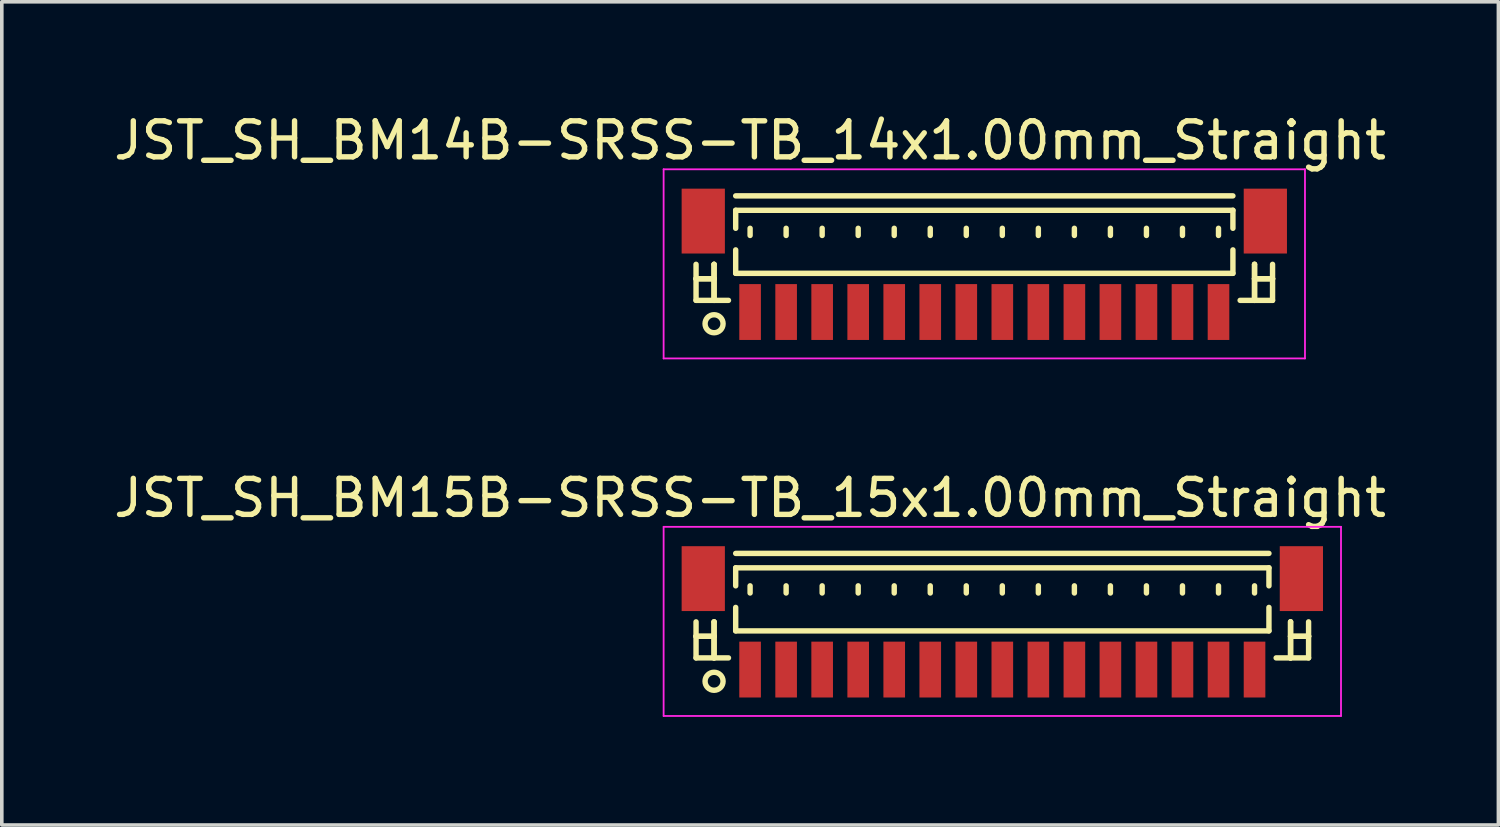
<source format=kicad_pcb>
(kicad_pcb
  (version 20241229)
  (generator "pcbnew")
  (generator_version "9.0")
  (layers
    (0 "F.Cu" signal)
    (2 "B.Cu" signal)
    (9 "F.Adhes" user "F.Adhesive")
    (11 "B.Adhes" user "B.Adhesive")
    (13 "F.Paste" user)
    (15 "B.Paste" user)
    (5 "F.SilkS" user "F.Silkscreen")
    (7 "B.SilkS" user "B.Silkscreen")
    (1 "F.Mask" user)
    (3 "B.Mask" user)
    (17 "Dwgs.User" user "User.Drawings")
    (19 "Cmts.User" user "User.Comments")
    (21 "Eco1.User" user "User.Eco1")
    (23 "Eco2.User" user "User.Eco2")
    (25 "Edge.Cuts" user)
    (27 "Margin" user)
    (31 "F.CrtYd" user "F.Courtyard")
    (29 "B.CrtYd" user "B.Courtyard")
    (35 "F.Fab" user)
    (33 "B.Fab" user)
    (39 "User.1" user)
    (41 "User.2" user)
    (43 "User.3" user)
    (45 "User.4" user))
  (footprint "JST_SH_BM15B-SRSS-TB_15x1.00mm_Straight"
    (layer "F.Cu")
    (at 24.768 14.271)
    (property "Reference" "JST_SH_BM15B-SRSS-TB_15x1.00mm_Straight" (at -7 -3.5 0) (layer "F.SilkS") (effects (font (size 1 1) (thickness 0.15))))
    (attr smd)
    (fp_line (start -8.5 -0.062) (end -8.5 0.938) (stroke (width 0.15) (type solid)) (layer "F.SilkS"))
    (fp_line (start -8.5 0.338) (end -8.5 0.338) (stroke (width 0.15) (type solid)) (layer "F.SilkS"))
    (fp_line (start -8.5 0.338) (end -8 0.338) (stroke (width 0.15) (type solid)) (layer "F.SilkS"))
    (fp_line (start -8.5 0.938) (end -7.6 0.938) (stroke (width 0.15) (type solid)) (layer "F.SilkS"))
    (fp_line (start -8 -0.062) (end -8 -0.062) (stroke (width 0.15) (type solid)) (layer "F.SilkS"))
    (fp_line (start -8 -0.062) (end -8 0.938) (stroke (width 0.15) (type solid)) (layer "F.SilkS"))
    (fp_line (start -8 0.338) (end -8.5 0.338) (stroke (width 0.15) (type solid)) (layer "F.SilkS"))
    (fp_line (start -8 0.338) (end -8 0.338) (stroke (width 0.15) (type solid)) (layer "F.SilkS"))
    (fp_line (start -8 0.938) (end -8 -0.062) (stroke (width 0.15) (type solid)) (layer "F.SilkS"))
    (fp_line (start -8 0.938) (end -8 0.938) (stroke (width 0.15) (type solid)) (layer "F.SilkS"))
    (fp_line (start -7.4 -1.962) (end 7.4 -1.962) (stroke (width 0.15) (type solid)) (layer "F.SilkS"))
    (fp_line (start -7.4 -1.562) (end 7.4 -1.562) (stroke (width 0.15) (type solid)) (layer "F.SilkS"))
    (fp_line (start -7.4 -1.062) (end -7.4 -1.562) (stroke (width 0.15) (type solid)) (layer "F.SilkS"))
    (fp_line (start -7.4 -0.463) (end -7.4 0.188) (stroke (width 0.15) (type solid)) (layer "F.SilkS"))
    (fp_line (start -7.4 0.188) (end 7.4 0.188) (stroke (width 0.15) (type solid)) (layer "F.SilkS"))
    (fp_line (start -7 -1.062) (end -7 -0.863) (stroke (width 0.15) (type solid)) (layer "F.SilkS"))
    (fp_line (start -6 -1.062) (end -6 -0.863) (stroke (width 0.15) (type solid)) (layer "F.SilkS"))
    (fp_line (start -5 -1.062) (end -5 -0.863) (stroke (width 0.15) (type solid)) (layer "F.SilkS"))
    (fp_line (start -4 -1.062) (end -4 -0.863) (stroke (width 0.15) (type solid)) (layer "F.SilkS"))
    (fp_line (start -3 -1.062) (end -3 -0.863) (stroke (width 0.15) (type solid)) (layer "F.SilkS"))
    (fp_line (start -2 -1.062) (end -2 -0.863) (stroke (width 0.15) (type solid)) (layer "F.SilkS"))
    (fp_line (start -1 -1.062) (end -1 -0.863) (stroke (width 0.15) (type solid)) (layer "F.SilkS"))
    (fp_line (start 0 -1.062) (end 0 -0.863) (stroke (width 0.15) (type solid)) (layer "F.SilkS"))
    (fp_line (start 1 -1.062) (end 1 -0.863) (stroke (width 0.15) (type solid)) (layer "F.SilkS"))
    (fp_line (start 2 -1.062) (end 2 -0.863) (stroke (width 0.15) (type solid)) (layer "F.SilkS"))
    (fp_line (start 3 -1.062) (end 3 -0.863) (stroke (width 0.15) (type solid)) (layer "F.SilkS"))
    (fp_line (start 4 -1.062) (end 4 -0.863) (stroke (width 0.15) (type solid)) (layer "F.SilkS"))
    (fp_line (start 5 -1.062) (end 5 -0.863) (stroke (width 0.15) (type solid)) (layer "F.SilkS"))
    (fp_line (start 6 -1.062) (end 6 -0.863) (stroke (width 0.15) (type solid)) (layer "F.SilkS"))
    (fp_line (start 7 -1.062) (end 7 -0.863) (stroke (width 0.15) (type solid)) (layer "F.SilkS"))
    (fp_line (start 7.4 -1.562) (end 7.4 -1.062) (stroke (width 0.15) (type solid)) (layer "F.SilkS"))
    (fp_line (start 7.4 0.188) (end 7.4 -0.463) (stroke (width 0.15) (type solid)) (layer "F.SilkS"))
    (fp_line (start 8 -0.062) (end 8 -0.062) (stroke (width 0.15) (type solid)) (layer "F.SilkS"))
    (fp_line (start 8 -0.062) (end 8 0.938) (stroke (width 0.15) (type solid)) (layer "F.SilkS"))
    (fp_line (start 8 0.338) (end 8 0.338) (stroke (width 0.15) (type solid)) (layer "F.SilkS"))
    (fp_line (start 8 0.338) (end 8.5 0.338) (stroke (width 0.15) (type solid)) (layer "F.SilkS"))
    (fp_line (start 8 0.938) (end 8 -0.062) (stroke (width 0.15) (type solid)) (layer "F.SilkS"))
    (fp_line (start 8 0.938) (end 8 0.938) (stroke (width 0.15) (type solid)) (layer "F.SilkS"))
    (fp_line (start 8.5 -0.062) (end 8.5 0.938) (stroke (width 0.15) (type solid)) (layer "F.SilkS"))
    (fp_line (start 8.5 0.338) (end 8 0.338) (stroke (width 0.15) (type solid)) (layer "F.SilkS"))
    (fp_line (start 8.5 0.338) (end 8.5 0.338) (stroke (width 0.15) (type solid)) (layer "F.SilkS"))
    (fp_line (start 8.5 0.938) (end 7.6 0.938) (stroke (width 0.15) (type solid)) (layer "F.SilkS"))
    (fp_circle (center -8 1.587) (end -7.75 1.587) (stroke (width 0.15) (type solid)) (fill no) (layer "F.SilkS"))
    (fp_line (start -9.4 -2.7) (end 9.4 -2.7) (stroke (width 0.05) (type solid)) (layer "F.CrtYd"))
    (fp_line (start -9.4 2.55) (end -9.4 -2.7) (stroke (width 0.05) (type solid)) (layer "F.CrtYd"))
    (fp_line (start 9.4 -2.7) (end 9.4 2.55) (stroke (width 0.05) (type solid)) (layer "F.CrtYd"))
    (fp_line (start 9.4 2.55) (end -9.4 2.55) (stroke (width 0.05) (type solid)) (layer "F.CrtYd"))
    (pad "" smd rect (at -8.3 -1.262) (size 1.2 1.8) (layers "F.Cu" "F.Mask" "F.Paste"))
    (pad "" smd rect (at 8.3 -1.262) (size 1.2 1.8) (layers "F.Cu" "F.Mask" "F.Paste"))
    (pad "1" smd rect (at -7 1.262) (size 0.6 1.55) (layers "F.Cu" "F.Mask" "F.Paste"))
    (pad "2" smd rect (at -6 1.262) (size 0.6 1.55) (layers "F.Cu" "F.Mask" "F.Paste"))
    (pad "3" smd rect (at -5 1.262) (size 0.6 1.55) (layers "F.Cu" "F.Mask" "F.Paste"))
    (pad "4" smd rect (at -4 1.262) (size 0.6 1.55) (layers "F.Cu" "F.Mask" "F.Paste"))
    (pad "5" smd rect (at -3 1.262) (size 0.6 1.55) (layers "F.Cu" "F.Mask" "F.Paste"))
    (pad "6" smd rect (at -2 1.262) (size 0.6 1.55) (layers "F.Cu" "F.Mask" "F.Paste"))
    (pad "7" smd rect (at -1 1.262) (size 0.6 1.55) (layers "F.Cu" "F.Mask" "F.Paste"))
    (pad "8" smd rect (at 0 1.262) (size 0.6 1.55) (layers "F.Cu" "F.Mask" "F.Paste"))
    (pad "9" smd rect (at 1 1.262) (size 0.6 1.55) (layers "F.Cu" "F.Mask" "F.Paste"))
    (pad "10" smd rect (at 2 1.262) (size 0.6 1.55) (layers "F.Cu" "F.Mask" "F.Paste"))
    (pad "11" smd rect (at 3 1.262) (size 0.6 1.55) (layers "F.Cu" "F.Mask" "F.Paste"))
    (pad "12" smd rect (at 4 1.262) (size 0.6 1.55) (layers "F.Cu" "F.Mask" "F.Paste"))
    (pad "13" smd rect (at 5 1.262) (size 0.6 1.55) (layers "F.Cu" "F.Mask" "F.Paste"))
    (pad "14" smd rect (at 6 1.262) (size 0.6 1.55) (layers "F.Cu" "F.Mask" "F.Paste"))
    (pad "15" smd rect (at 7 1.262) (size 0.6 1.55) (layers "F.Cu" "F.Mask" "F.Paste")))
  (footprint "JST_SH_BM14B-SRSS-TB_14x1.00mm_Straight"
    (layer "F.Cu")
    (at 24.268 4.348)
    (property "Reference" "JST_SH_BM14B-SRSS-TB_14x1.00mm_Straight" (at -6.5 -3.5 0) (layer "F.SilkS") (effects (font (size 1 1) (thickness 0.15))))
    (attr smd)
    (fp_line (start -8 -0.062) (end -8 0.938) (stroke (width 0.15) (type solid)) (layer "F.SilkS"))
    (fp_line (start -8 0.338) (end -8 0.338) (stroke (width 0.15) (type solid)) (layer "F.SilkS"))
    (fp_line (start -8 0.338) (end -7.5 0.338) (stroke (width 0.15) (type solid)) (layer "F.SilkS"))
    (fp_line (start -8 0.938) (end -7.1 0.938) (stroke (width 0.15) (type solid)) (layer "F.SilkS"))
    (fp_line (start -7.5 -0.062) (end -7.5 -0.062) (stroke (width 0.15) (type solid)) (layer "F.SilkS"))
    (fp_line (start -7.5 -0.062) (end -7.5 0.938) (stroke (width 0.15) (type solid)) (layer "F.SilkS"))
    (fp_line (start -7.5 0.338) (end -8 0.338) (stroke (width 0.15) (type solid)) (layer "F.SilkS"))
    (fp_line (start -7.5 0.338) (end -7.5 0.338) (stroke (width 0.15) (type solid)) (layer "F.SilkS"))
    (fp_line (start -7.5 0.938) (end -7.5 -0.062) (stroke (width 0.15) (type solid)) (layer "F.SilkS"))
    (fp_line (start -7.5 0.938) (end -7.5 0.938) (stroke (width 0.15) (type solid)) (layer "F.SilkS"))
    (fp_line (start -6.9 -1.962) (end 6.9 -1.962) (stroke (width 0.15) (type solid)) (layer "F.SilkS"))
    (fp_line (start -6.9 -1.562) (end 6.9 -1.562) (stroke (width 0.15) (type solid)) (layer "F.SilkS"))
    (fp_line (start -6.9 -1.062) (end -6.9 -1.562) (stroke (width 0.15) (type solid)) (layer "F.SilkS"))
    (fp_line (start -6.9 -0.463) (end -6.9 0.188) (stroke (width 0.15) (type solid)) (layer "F.SilkS"))
    (fp_line (start -6.9 0.188) (end 6.9 0.188) (stroke (width 0.15) (type solid)) (layer "F.SilkS"))
    (fp_line (start -6.5 -1.062) (end -6.5 -0.863) (stroke (width 0.15) (type solid)) (layer "F.SilkS"))
    (fp_line (start -5.5 -1.062) (end -5.5 -0.863) (stroke (width 0.15) (type solid)) (layer "F.SilkS"))
    (fp_line (start -4.5 -1.062) (end -4.5 -0.863) (stroke (width 0.15) (type solid)) (layer "F.SilkS"))
    (fp_line (start -3.5 -1.062) (end -3.5 -0.863) (stroke (width 0.15) (type solid)) (layer "F.SilkS"))
    (fp_line (start -2.5 -1.062) (end -2.5 -0.863) (stroke (width 0.15) (type solid)) (layer "F.SilkS"))
    (fp_line (start -1.5 -1.062) (end -1.5 -0.863) (stroke (width 0.15) (type solid)) (layer "F.SilkS"))
    (fp_line (start -0.5 -1.062) (end -0.5 -0.863) (stroke (width 0.15) (type solid)) (layer "F.SilkS"))
    (fp_line (start 0.5 -1.062) (end 0.5 -0.863) (stroke (width 0.15) (type solid)) (layer "F.SilkS"))
    (fp_line (start 1.5 -1.062) (end 1.5 -0.863) (stroke (width 0.15) (type solid)) (layer "F.SilkS"))
    (fp_line (start 2.5 -1.062) (end 2.5 -0.863) (stroke (width 0.15) (type solid)) (layer "F.SilkS"))
    (fp_line (start 3.5 -1.062) (end 3.5 -0.863) (stroke (width 0.15) (type solid)) (layer "F.SilkS"))
    (fp_line (start 4.5 -1.062) (end 4.5 -0.863) (stroke (width 0.15) (type solid)) (layer "F.SilkS"))
    (fp_line (start 5.5 -1.062) (end 5.5 -0.863) (stroke (width 0.15) (type solid)) (layer "F.SilkS"))
    (fp_line (start 6.5 -1.062) (end 6.5 -0.863) (stroke (width 0.15) (type solid)) (layer "F.SilkS"))
    (fp_line (start 6.9 -1.562) (end 6.9 -1.062) (stroke (width 0.15) (type solid)) (layer "F.SilkS"))
    (fp_line (start 6.9 0.188) (end 6.9 -0.463) (stroke (width 0.15) (type solid)) (layer "F.SilkS"))
    (fp_line (start 7.5 -0.062) (end 7.5 -0.062) (stroke (width 0.15) (type solid)) (layer "F.SilkS"))
    (fp_line (start 7.5 -0.062) (end 7.5 0.938) (stroke (width 0.15) (type solid)) (layer "F.SilkS"))
    (fp_line (start 7.5 0.338) (end 7.5 0.338) (stroke (width 0.15) (type solid)) (layer "F.SilkS"))
    (fp_line (start 7.5 0.338) (end 8 0.338) (stroke (width 0.15) (type solid)) (layer "F.SilkS"))
    (fp_line (start 7.5 0.938) (end 7.5 -0.062) (stroke (width 0.15) (type solid)) (layer "F.SilkS"))
    (fp_line (start 7.5 0.938) (end 7.5 0.938) (stroke (width 0.15) (type solid)) (layer "F.SilkS"))
    (fp_line (start 8 -0.062) (end 8 0.938) (stroke (width 0.15) (type solid)) (layer "F.SilkS"))
    (fp_line (start 8 0.338) (end 7.5 0.338) (stroke (width 0.15) (type solid)) (layer "F.SilkS"))
    (fp_line (start 8 0.338) (end 8 0.338) (stroke (width 0.15) (type solid)) (layer "F.SilkS"))
    (fp_line (start 8 0.938) (end 7.1 0.938) (stroke (width 0.15) (type solid)) (layer "F.SilkS"))
    (fp_circle (center -7.5 1.587) (end -7.25 1.587) (stroke (width 0.15) (type solid)) (fill no) (layer "F.SilkS"))
    (fp_line (start -8.9 -2.7) (end 8.9 -2.7) (stroke (width 0.05) (type solid)) (layer "F.CrtYd"))
    (fp_line (start -8.9 2.55) (end -8.9 -2.7) (stroke (width 0.05) (type solid)) (layer "F.CrtYd"))
    (fp_line (start 8.9 -2.7) (end 8.9 2.55) (stroke (width 0.05) (type solid)) (layer "F.CrtYd"))
    (fp_line (start 8.9 2.55) (end -8.9 2.55) (stroke (width 0.05) (type solid)) (layer "F.CrtYd"))
    (pad "" smd rect (at -7.8 -1.262) (size 1.2 1.8) (layers "F.Cu" "F.Mask" "F.Paste"))
    (pad "" smd rect (at 7.8 -1.262) (size 1.2 1.8) (layers "F.Cu" "F.Mask" "F.Paste"))
    (pad "1" smd rect (at -6.5 1.262) (size 0.6 1.55) (layers "F.Cu" "F.Mask" "F.Paste"))
    (pad "2" smd rect (at -5.5 1.262) (size 0.6 1.55) (layers "F.Cu" "F.Mask" "F.Paste"))
    (pad "3" smd rect (at -4.5 1.262) (size 0.6 1.55) (layers "F.Cu" "F.Mask" "F.Paste"))
    (pad "4" smd rect (at -3.5 1.262) (size 0.6 1.55) (layers "F.Cu" "F.Mask" "F.Paste"))
    (pad "5" smd rect (at -2.5 1.262) (size 0.6 1.55) (layers "F.Cu" "F.Mask" "F.Paste"))
    (pad "6" smd rect (at -1.5 1.262) (size 0.6 1.55) (layers "F.Cu" "F.Mask" "F.Paste"))
    (pad "7" smd rect (at -0.5 1.262) (size 0.6 1.55) (layers "F.Cu" "F.Mask" "F.Paste"))
    (pad "8" smd rect (at 0.5 1.262) (size 0.6 1.55) (layers "F.Cu" "F.Mask" "F.Paste"))
    (pad "9" smd rect (at 1.5 1.262) (size 0.6 1.55) (layers "F.Cu" "F.Mask" "F.Paste"))
    (pad "10" smd rect (at 2.5 1.262) (size 0.6 1.55) (layers "F.Cu" "F.Mask" "F.Paste"))
    (pad "11" smd rect (at 3.5 1.262) (size 0.6 1.55) (layers "F.Cu" "F.Mask" "F.Paste"))
    (pad "12" smd rect (at 4.5 1.262) (size 0.6 1.55) (layers "F.Cu" "F.Mask" "F.Paste"))
    (pad "13" smd rect (at 5.5 1.262) (size 0.6 1.55) (layers "F.Cu" "F.Mask" "F.Paste"))
    (pad "14" smd rect (at 6.5 1.262) (size 0.6 1.55) (layers "F.Cu" "F.Mask" "F.Paste")))
  (gr_rect
    (start -3 -3)
    (end 38.536 19.846)
    (stroke (width 0.1) (type default))
    (fill no)
    (layer "Edge.Cuts")))
</source>
